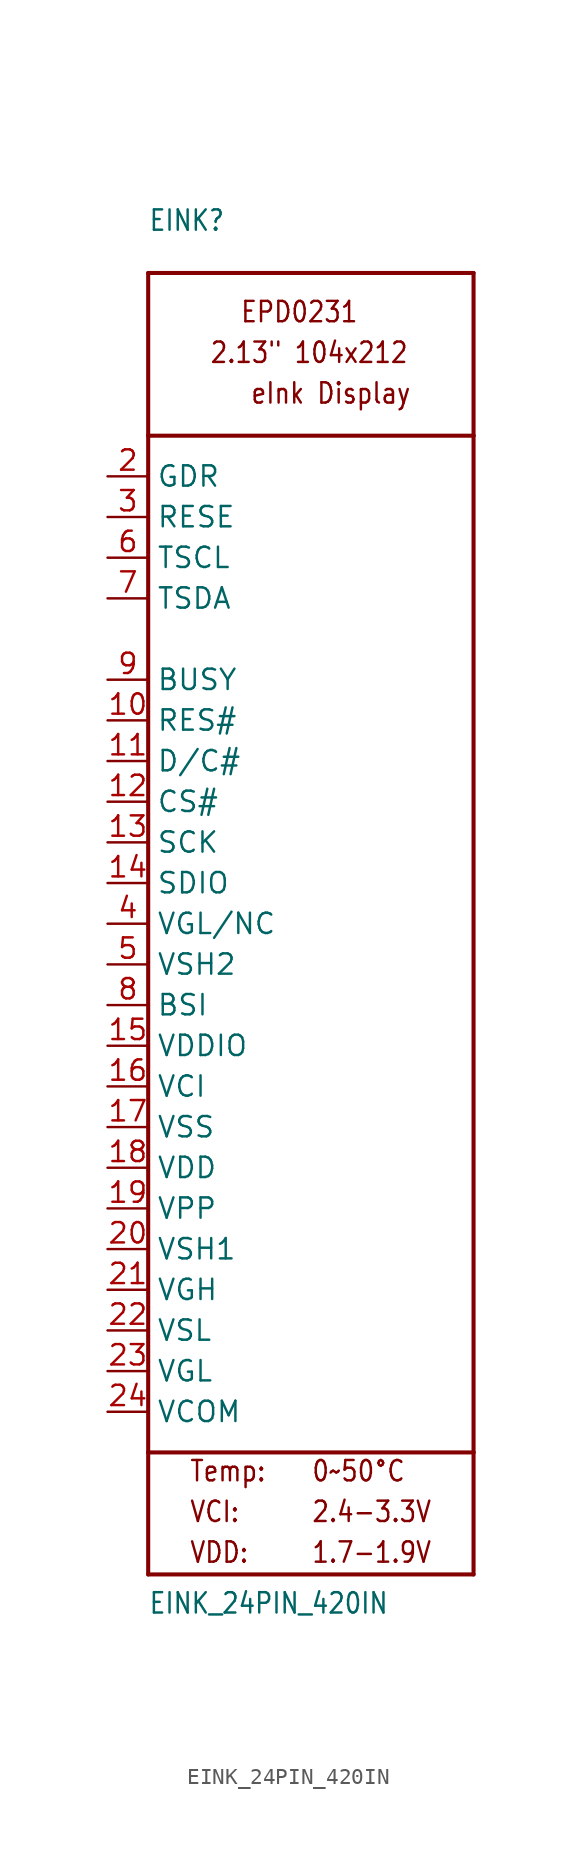
<source format=kicad_sym>
(kicad_symbol_lib
  (version 20211014)
  (generator kicad_symbol_editor)
  (symbol "EINK_24PIN_420IN"
    (property "Reference" "EINK"
      (at -10.16 43.18 0)
      (effects (font (size 1.27 1.079)) (justify left bottom)))
    (property "Value" "EINK_24PIN_420IN"
      (at -10.16 -43.18 0)
      (effects (font (size 1.27 1.079)) (justify left bottom)))
    (property "ki_locked" ""
      (at 0 0 0)
      (effects (font (size 1.27 1.27))))
    (symbol "EINK_24PIN_420IN_1_0"
      (polyline (pts (xy -10.16 -40.64) (xy 10.16 -40.64)) (stroke (width 0.254) (type default) (color 0 0 0 0)) (fill (type none)))
      (polyline (pts (xy -10.16 -33.02) (xy -10.16 -40.64)) (stroke (width 0.254) (type default) (color 0 0 0 0)) (fill (type none)))
      (polyline (pts (xy -10.16 -33.02) (xy -10.16 30.48)) (stroke (width 0.254) (type default) (color 0 0 0 0)) (fill (type none)))
      (polyline (pts (xy -10.16 30.48) (xy 10.16 30.48)) (stroke (width 0.254) (type default) (color 0 0 0 0)) (fill (type none)))
      (polyline (pts (xy -10.16 40.64) (xy -10.16 30.48)) (stroke (width 0.254) (type default) (color 0 0 0 0)) (fill (type none)))
      (polyline (pts (xy -10.16 40.64) (xy 10.16 40.64)) (stroke (width 0.254) (type default) (color 0 0 0 0)) (fill (type none)))
      (polyline (pts (xy 10.16 -40.64) (xy 10.16 -33.02)) (stroke (width 0.254) (type default) (color 0 0 0 0)) (fill (type none)))
      (polyline (pts (xy 10.16 -33.02) (xy -10.16 -33.02)) (stroke (width 0.254) (type default) (color 0 0 0 0)) (fill (type none)))
      (polyline (pts (xy 10.16 30.48) (xy 10.16 -33.02)) (stroke (width 0.254) (type default) (color 0 0 0 0)) (fill (type none)))
      (polyline (pts (xy 10.16 40.64) (xy 10.16 30.48)) (stroke (width 0.254) (type default) (color 0 0 0 0)) (fill (type none)))
      (text "0~50°C" (at 0 -34.925 0) (effects (font (size 1.27 1.079)) (justify left bottom)))
      (text "1.7-1.9V" (at 0 -40.005 0) (effects (font (size 1.27 1.079)) (justify left bottom)))
      (text "2.13\" 104x212" (at -6.35 34.925 0) (effects (font (size 1.27 1.079)) (justify left bottom)))
      (text "2.4-3.3V" (at 0 -37.465 0) (effects (font (size 1.27 1.079)) (justify left bottom)))
      (text "eInk Display" (at -3.81 32.385 0) (effects (font (size 1.27 1.079)) (justify left bottom)))
      (text "EPD0231" (at -4.445 37.465 0) (effects (font (size 1.27 1.079)) (justify left bottom)))
      (text "Temp:" (at -7.62 -34.925 0) (effects (font (size 1.27 1.079)) (justify left bottom)))
      (text "VCI:" (at -7.62 -37.465 0) (effects (font (size 1.27 1.079)) (justify left bottom)))
      (text "VDD:" (at -7.62 -40.005 0) (effects (font (size 1.27 1.079)) (justify left bottom)))
      (pin input line (at -12.7 12.7 0) (length 2.54) (name "RES#" (effects (font (size 1.27 1.27)))) (number "10" (effects (font (size 1.27 1.27)))))
      (pin input line (at -12.7 10.16 0) (length 2.54) (name "D/C#" (effects (font (size 1.27 1.27)))) (number "11" (effects (font (size 1.27 1.27)))))
      (pin input line (at -12.7 7.62 0) (length 2.54) (name "CS#" (effects (font (size 1.27 1.27)))) (number "12" (effects (font (size 1.27 1.27)))))
      (pin bidirectional line (at -12.7 5.08 0) (length 2.54) (name "SCK" (effects (font (size 1.27 1.27)))) (number "13" (effects (font (size 1.27 1.27)))))
      (pin bidirectional line (at -12.7 2.54 0) (length 2.54) (name "SDIO" (effects (font (size 1.27 1.27)))) (number "14" (effects (font (size 1.27 1.27)))))
      (pin power_in line (at -12.7 -7.62 0) (length 2.54) (name "VDDIO" (effects (font (size 1.27 1.27)))) (number "15" (effects (font (size 1.27 1.27)))))
      (pin power_in line (at -12.7 -10.16 0) (length 2.54) (name "VCI" (effects (font (size 1.27 1.27)))) (number "16" (effects (font (size 1.27 1.27)))))
      (pin power_in line (at -12.7 -12.7 0) (length 2.54) (name "VSS" (effects (font (size 1.27 1.27)))) (number "17" (effects (font (size 1.27 1.27)))))
      (pin passive line (at -12.7 -15.24 0) (length 2.54) (name "VDD" (effects (font (size 1.27 1.27)))) (number "18" (effects (font (size 1.27 1.27)))))
      (pin passive line (at -12.7 -17.78 0) (length 2.54) (name "VPP" (effects (font (size 1.27 1.27)))) (number "19" (effects (font (size 1.27 1.27)))))
      (pin output line (at -12.7 27.94 0) (length 2.54) (name "GDR" (effects (font (size 1.27 1.27)))) (number "2" (effects (font (size 1.27 1.27)))))
      (pin passive line (at -12.7 -20.32 0) (length 2.54) (name "VSH1" (effects (font (size 1.27 1.27)))) (number "20" (effects (font (size 1.27 1.27)))))
      (pin passive line (at -12.7 -22.86 0) (length 2.54) (name "VGH" (effects (font (size 1.27 1.27)))) (number "21" (effects (font (size 1.27 1.27)))))
      (pin passive line (at -12.7 -25.4 0) (length 2.54) (name "VSL" (effects (font (size 1.27 1.27)))) (number "22" (effects (font (size 1.27 1.27)))))
      (pin passive line (at -12.7 -27.94 0) (length 2.54) (name "VGL" (effects (font (size 1.27 1.27)))) (number "23" (effects (font (size 1.27 1.27)))))
      (pin passive line (at -12.7 -30.48 0) (length 2.54) (name "VCOM" (effects (font (size 1.27 1.27)))) (number "24" (effects (font (size 1.27 1.27)))))
      (pin input line (at -12.7 25.4 0) (length 2.54) (name "RESE" (effects (font (size 1.27 1.27)))) (number "3" (effects (font (size 1.27 1.27)))))
      (pin bidirectional line (at -12.7 0 0) (length 2.54) (name "VGL/NC" (effects (font (size 1.27 1.27)))) (number "4" (effects (font (size 1.27 1.27)))))
      (pin passive line (at -12.7 -2.54 0) (length 2.54) (name "VSH2" (effects (font (size 1.27 1.27)))) (number "5" (effects (font (size 1.27 1.27)))))
      (pin output line (at -12.7 22.86 0) (length 2.54) (name "TSCL" (effects (font (size 1.27 1.27)))) (number "6" (effects (font (size 1.27 1.27)))))
      (pin bidirectional line (at -12.7 20.32 0) (length 2.54) (name "TSDA" (effects (font (size 1.27 1.27)))) (number "7" (effects (font (size 1.27 1.27)))))
      (pin input line (at -12.7 -5.08 0) (length 2.54) (name "BSI" (effects (font (size 1.27 1.27)))) (number "8" (effects (font (size 1.27 1.27)))))
      (pin output line (at -12.7 15.24 0) (length 2.54) (name "BUSY" (effects (font (size 1.27 1.27)))) (number "9" (effects (font (size 1.27 1.27))))))))
</source>
